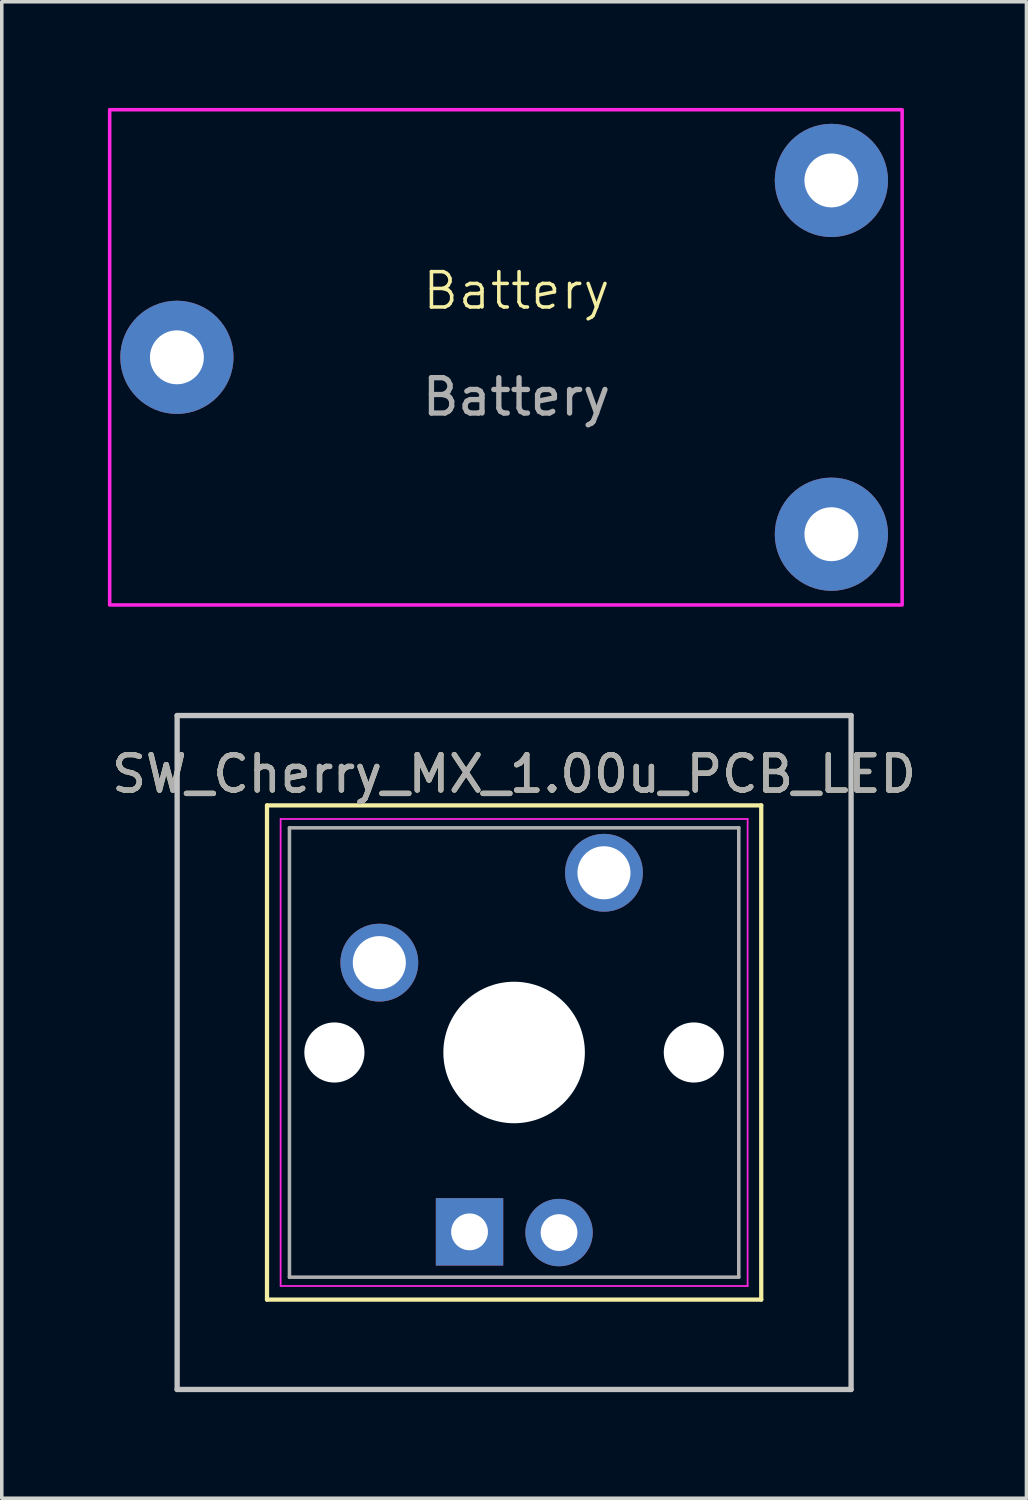
<source format=kicad_pcb>
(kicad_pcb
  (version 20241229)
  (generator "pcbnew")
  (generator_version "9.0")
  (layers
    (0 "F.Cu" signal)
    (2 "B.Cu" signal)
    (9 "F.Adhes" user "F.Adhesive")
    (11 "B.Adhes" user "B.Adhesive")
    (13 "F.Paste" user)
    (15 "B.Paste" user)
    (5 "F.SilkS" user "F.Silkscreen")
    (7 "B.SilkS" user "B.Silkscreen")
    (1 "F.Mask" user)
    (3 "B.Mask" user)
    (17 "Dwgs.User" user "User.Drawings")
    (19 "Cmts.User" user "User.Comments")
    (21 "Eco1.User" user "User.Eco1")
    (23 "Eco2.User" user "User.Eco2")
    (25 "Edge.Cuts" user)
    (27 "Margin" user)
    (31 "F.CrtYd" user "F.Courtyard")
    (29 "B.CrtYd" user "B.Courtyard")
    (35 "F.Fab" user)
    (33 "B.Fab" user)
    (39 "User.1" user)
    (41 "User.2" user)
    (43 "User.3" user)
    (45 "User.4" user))
  (footprint "SW_Cherry_MX_1.00u_PCB_LED"
    (layer "F.Cu")
    (at 14.022 21.62)
    (property "Reference" "SW_Cherry_MX_1.00u_PCB_LED" (at -2.54 -2.794 0) (layer "F.SilkS") (effects (font (size 1 1) (thickness 0.15))))
    (attr through_hole)
    (fp_line (start -9.525 -1.905) (end 4.445 -1.905) (stroke (width 0.12) (type solid)) (layer "F.SilkS"))
    (fp_line (start -9.525 12.065) (end -9.525 -1.905) (stroke (width 0.12) (type solid)) (layer "F.SilkS"))
    (fp_line (start 4.445 -1.905) (end 4.445 12.065) (stroke (width 0.12) (type solid)) (layer "F.SilkS"))
    (fp_line (start 4.445 12.065) (end -9.525 12.065) (stroke (width 0.12) (type solid)) (layer "F.SilkS"))
    (fp_line (start -12.065 -4.445) (end 6.985 -4.445) (stroke (width 0.15) (type solid)) (layer "Dwgs.User"))
    (fp_line (start -12.065 14.605) (end -12.065 -4.445) (stroke (width 0.15) (type solid)) (layer "Dwgs.User"))
    (fp_line (start 6.985 -4.445) (end 6.985 14.605) (stroke (width 0.15) (type solid)) (layer "Dwgs.User"))
    (fp_line (start 6.985 14.605) (end -12.065 14.605) (stroke (width 0.15) (type solid)) (layer "Dwgs.User"))
    (fp_line (start -9.14 -1.52) (end 4.06 -1.52) (stroke (width 0.05) (type solid)) (layer "F.CrtYd"))
    (fp_line (start -9.14 11.68) (end -9.14 -1.52) (stroke (width 0.05) (type solid)) (layer "F.CrtYd"))
    (fp_line (start 4.06 -1.52) (end 4.06 11.68) (stroke (width 0.05) (type solid)) (layer "F.CrtYd"))
    (fp_line (start 4.06 11.68) (end -9.14 11.68) (stroke (width 0.05) (type solid)) (layer "F.CrtYd"))
    (fp_line (start -8.89 -1.27) (end 3.81 -1.27) (stroke (width 0.1) (type solid)) (layer "F.Fab"))
    (fp_line (start -8.89 11.43) (end -8.89 -1.27) (stroke (width 0.1) (type solid)) (layer "F.Fab"))
    (fp_line (start 3.81 -1.27) (end 3.81 11.43) (stroke (width 0.1) (type solid)) (layer "F.Fab"))
    (fp_line (start 3.81 11.43) (end -8.89 11.43) (stroke (width 0.1) (type solid)) (layer "F.Fab"))
    (fp_text user "${REFERENCE}" (at -2.54 -2.794 0) (layer "F.Fab") (effects (font (size 1 1) (thickness 0.15))))
    (pad "" np_thru_hole circle (at -7.62 5.08) (size 1.7 1.7) (drill 1.7) (layers "*.Cu" "*.Mask"))
    (pad "" np_thru_hole circle (at -2.54 5.08) (size 4 4) (drill 4) (layers "*.Cu" "*.Mask"))
    (pad "" np_thru_hole circle (at 2.54 5.08) (size 1.7 1.7) (drill 1.7) (layers "*.Cu" "*.Mask"))
    (pad "1" thru_hole circle (at 0 0) (size 2.2 2.2) (drill 1.5) (layers "*.Cu" "*.Mask"))
    (pad "2" thru_hole circle (at -6.35 2.54) (size 2.2 2.2) (drill 1.5) (layers "*.Cu" "*.Mask"))
    (pad "3" thru_hole rect (at -3.8 10.15) (size 1.905 1.905) (drill 1.04) (layers "*.Cu" "B.Mask"))
    (pad "4" thru_hole circle (at -1.27 10.17) (size 1.905 1.905) (drill 1.04) (layers "*.Cu" "B.Mask")))
  (footprint "Battery"
    (layer "F.Cu")
    (at 20.45 2.05)
    (property "Reference" "Battery" (at -8.9 3.12 0) (unlocked yes) (layer "F.SilkS") (effects (font (size 1 1) (thickness 0.1))))
    (attr through_hole)
    (fp_rect (start -20.4 -2) (end 2 12) (stroke (width 0.1) (type default)) (fill no) (layer "F.CrtYd"))
    (fp_text user "${REFERENCE}" (at -8.9 6.12 0) (unlocked yes) (layer "F.Fab") (effects (font (size 1 1) (thickness 0.15))))
    (pad "1" thru_hole circle (at 0 0) (size 3.2 3.2) (drill 1.524) (layers "*.Cu" "*.Mask"))
    (pad "1" thru_hole circle (at 0 10) (size 3.2 3.2) (drill 1.524) (layers "*.Cu" "*.Mask"))
    (pad "2" thru_hole circle (at -18.5 5) (size 3.2 3.2) (drill 1.524) (layers "*.Cu" "*.Mask")))
  (gr_rect
    (start -3 -3)
    (end 25.964 39.3)
    (stroke (width 0.1) (type default))
    (fill no)
    (layer "Edge.Cuts")))
</source>
